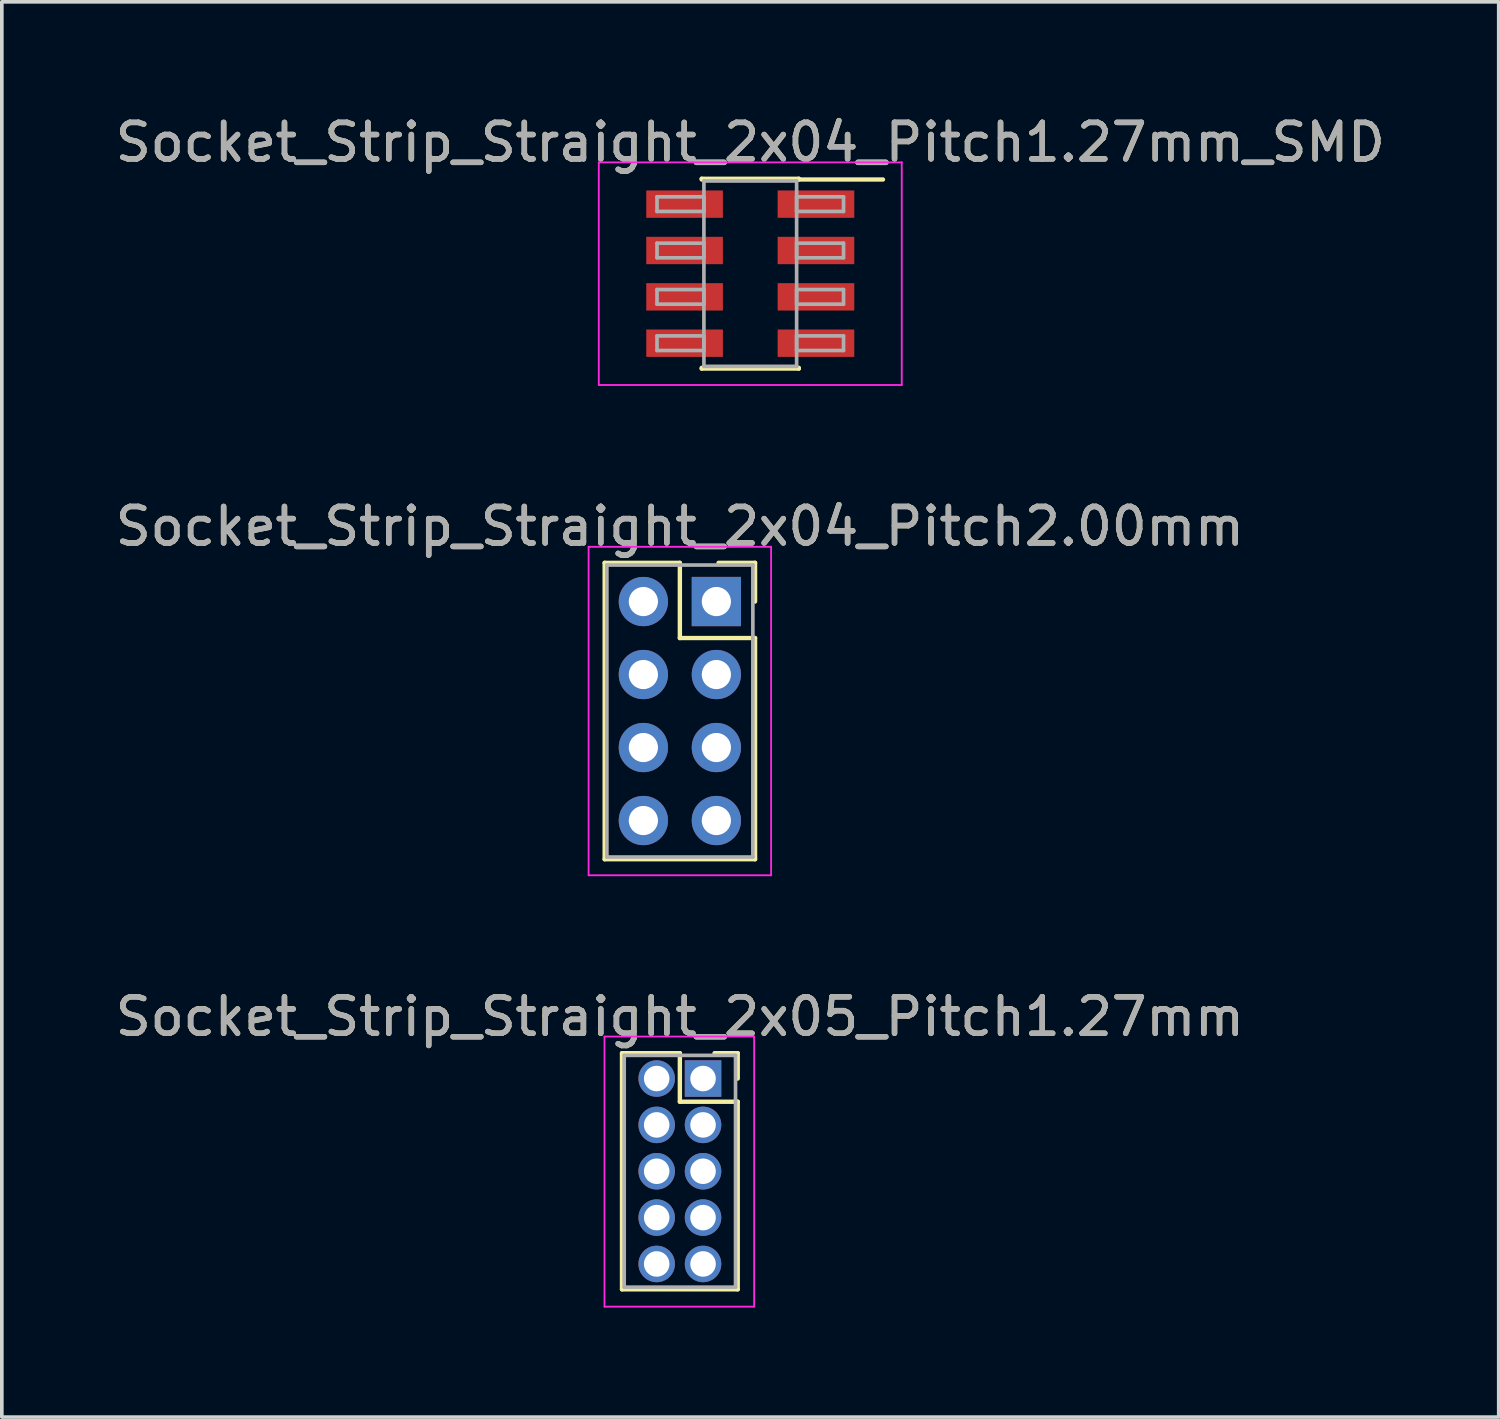
<source format=kicad_pcb>
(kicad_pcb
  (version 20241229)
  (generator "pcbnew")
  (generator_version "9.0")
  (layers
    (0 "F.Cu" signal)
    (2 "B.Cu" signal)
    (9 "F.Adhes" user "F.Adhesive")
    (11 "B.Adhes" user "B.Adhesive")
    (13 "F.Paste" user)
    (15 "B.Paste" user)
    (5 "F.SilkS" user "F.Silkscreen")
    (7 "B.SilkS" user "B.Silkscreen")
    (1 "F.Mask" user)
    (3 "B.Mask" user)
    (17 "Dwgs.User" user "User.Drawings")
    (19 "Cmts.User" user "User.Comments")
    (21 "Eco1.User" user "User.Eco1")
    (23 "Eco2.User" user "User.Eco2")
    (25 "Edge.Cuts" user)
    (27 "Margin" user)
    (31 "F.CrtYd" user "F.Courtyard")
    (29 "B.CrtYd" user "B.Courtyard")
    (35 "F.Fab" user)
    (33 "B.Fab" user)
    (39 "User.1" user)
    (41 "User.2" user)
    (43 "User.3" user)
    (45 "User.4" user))
  (footprint "Socket_Strip_Straight_2x05_Pitch1.27mm"
    (layer "F.Cu")
    (at 16.212 26.5)
    (property "Reference" "Socket_Strip_Straight_2x05_Pitch1.27mm" (at -0.635 -1.695 0) (layer "F.SilkS") (effects (font (size 1 1) (thickness 0.15))))
    (attr through_hole)
    (fp_line (start -2.22 -0.695) (end -0.635 -0.695) (stroke (width 0.12) (type solid)) (layer "F.SilkS"))
    (fp_line (start -2.22 5.775) (end -2.22 -0.695) (stroke (width 0.12) (type solid)) (layer "F.SilkS"))
    (fp_line (start -0.635 -0.695) (end -0.635 0.635) (stroke (width 0.12) (type solid)) (layer "F.SilkS"))
    (fp_line (start -0.635 0.635) (end 0.95 0.635) (stroke (width 0.12) (type solid)) (layer "F.SilkS"))
    (fp_line (start 0.95 -0.695) (end 0.315 -0.695) (stroke (width 0.12) (type solid)) (layer "F.SilkS"))
    (fp_line (start 0.95 0) (end 0.95 -0.695) (stroke (width 0.12) (type solid)) (layer "F.SilkS"))
    (fp_line (start 0.95 0.635) (end 0.95 5.775) (stroke (width 0.12) (type solid)) (layer "F.SilkS"))
    (fp_line (start 0.95 5.775) (end -2.22 5.775) (stroke (width 0.12) (type solid)) (layer "F.SilkS"))
    (fp_line (start -2.7 -1.15) (end -2.7 6.25) (stroke (width 0.05) (type solid)) (layer "F.CrtYd"))
    (fp_line (start -2.7 6.25) (end 1.4 6.25) (stroke (width 0.05) (type solid)) (layer "F.CrtYd"))
    (fp_line (start 1.4 -1.15) (end -2.7 -1.15) (stroke (width 0.05) (type solid)) (layer "F.CrtYd"))
    (fp_line (start 1.4 6.25) (end 1.4 -1.15) (stroke (width 0.05) (type solid)) (layer "F.CrtYd"))
    (fp_line (start -2.16 -0.635) (end -2.16 5.715) (stroke (width 0.1) (type solid)) (layer "F.Fab"))
    (fp_line (start -2.16 5.715) (end 0.89 5.715) (stroke (width 0.1) (type solid)) (layer "F.Fab"))
    (fp_line (start 0.89 -0.635) (end -2.16 -0.635) (stroke (width 0.1) (type solid)) (layer "F.Fab"))
    (fp_line (start 0.89 5.715) (end 0.89 -0.635) (stroke (width 0.1) (type solid)) (layer "F.Fab"))
    (fp_text user "${REFERENCE}" (at -0.635 -1.695 0) (layer "F.Fab") (effects (font (size 1 1) (thickness 0.15))))
    (pad "1" thru_hole rect (at 0 0) (size 1 1) (drill 0.7) (layers "*.Cu" "*.Mask"))
    (pad "2" thru_hole oval (at -1.27 0) (size 1 1) (drill 0.7) (layers "*.Cu" "*.Mask"))
    (pad "3" thru_hole oval (at 0 1.27) (size 1 1) (drill 0.7) (layers "*.Cu" "*.Mask"))
    (pad "4" thru_hole oval (at -1.27 1.27) (size 1 1) (drill 0.7) (layers "*.Cu" "*.Mask"))
    (pad "5" thru_hole oval (at 0 2.54) (size 1 1) (drill 0.7) (layers "*.Cu" "*.Mask"))
    (pad "6" thru_hole oval (at -1.27 2.54) (size 1 1) (drill 0.7) (layers "*.Cu" "*.Mask"))
    (pad "7" thru_hole oval (at 0 3.81) (size 1 1) (drill 0.7) (layers "*.Cu" "*.Mask"))
    (pad "8" thru_hole oval (at -1.27 3.81) (size 1 1) (drill 0.7) (layers "*.Cu" "*.Mask"))
    (pad "9" thru_hole oval (at 0 5.08) (size 1 1) (drill 0.7) (layers "*.Cu" "*.Mask"))
    (pad "10" thru_hole oval (at -1.27 5.08) (size 1 1) (drill 0.7) (layers "*.Cu" "*.Mask")))
  (footprint "Socket_Strip_Straight_2x04_Pitch2.00mm"
    (layer "F.Cu")
    (at 16.577 13.431)
    (property "Reference" "Socket_Strip_Straight_2x04_Pitch2.00mm" (at -1 -2.06 0) (layer "F.SilkS") (effects (font (size 1 1) (thickness 0.15))))
    (attr through_hole)
    (fp_line (start -3.06 -1.06) (end -1 -1.06) (stroke (width 0.12) (type solid)) (layer "F.SilkS"))
    (fp_line (start -3.06 7.06) (end -3.06 -1.06) (stroke (width 0.12) (type solid)) (layer "F.SilkS"))
    (fp_line (start -1 -1.06) (end -1 1) (stroke (width 0.12) (type solid)) (layer "F.SilkS"))
    (fp_line (start -1 1) (end 1.06 1) (stroke (width 0.12) (type solid)) (layer "F.SilkS"))
    (fp_line (start 1.06 -1.06) (end 0.06 -1.06) (stroke (width 0.12) (type solid)) (layer "F.SilkS"))
    (fp_line (start 1.06 0) (end 1.06 -1.06) (stroke (width 0.12) (type solid)) (layer "F.SilkS"))
    (fp_line (start 1.06 1) (end 1.06 7.06) (stroke (width 0.12) (type solid)) (layer "F.SilkS"))
    (fp_line (start 1.06 7.06) (end -3.06 7.06) (stroke (width 0.12) (type solid)) (layer "F.SilkS"))
    (fp_line (start -3.5 -1.5) (end -3.5 7.5) (stroke (width 0.05) (type solid)) (layer "F.CrtYd"))
    (fp_line (start -3.5 7.5) (end 1.5 7.5) (stroke (width 0.05) (type solid)) (layer "F.CrtYd"))
    (fp_line (start 1.5 -1.5) (end -3.5 -1.5) (stroke (width 0.05) (type solid)) (layer "F.CrtYd"))
    (fp_line (start 1.5 7.5) (end 1.5 -1.5) (stroke (width 0.05) (type solid)) (layer "F.CrtYd"))
    (fp_line (start -3 -1) (end -3 7) (stroke (width 0.1) (type solid)) (layer "F.Fab"))
    (fp_line (start -3 7) (end 1 7) (stroke (width 0.1) (type solid)) (layer "F.Fab"))
    (fp_line (start 1 -1) (end -3 -1) (stroke (width 0.1) (type solid)) (layer "F.Fab"))
    (fp_line (start 1 7) (end 1 -1) (stroke (width 0.1) (type solid)) (layer "F.Fab"))
    (fp_text user "${REFERENCE}" (at -1 -2.06 0) (layer "F.Fab") (effects (font (size 1 1) (thickness 0.15))))
    (pad "1" thru_hole rect (at 0 0) (size 1.35 1.35) (drill 0.8) (layers "*.Cu" "*.Mask"))
    (pad "2" thru_hole oval (at -2 0) (size 1.35 1.35) (drill 0.8) (layers "*.Cu" "*.Mask"))
    (pad "3" thru_hole oval (at 0 2) (size 1.35 1.35) (drill 0.8) (layers "*.Cu" "*.Mask"))
    (pad "4" thru_hole oval (at -2 2) (size 1.35 1.35) (drill 0.8) (layers "*.Cu" "*.Mask"))
    (pad "5" thru_hole oval (at 0 4) (size 1.35 1.35) (drill 0.8) (layers "*.Cu" "*.Mask"))
    (pad "6" thru_hole oval (at -2 4) (size 1.35 1.35) (drill 0.8) (layers "*.Cu" "*.Mask"))
    (pad "7" thru_hole oval (at 0 6) (size 1.35 1.35) (drill 0.8) (layers "*.Cu" "*.Mask"))
    (pad "8" thru_hole oval (at -2 6) (size 1.35 1.35) (drill 0.8) (layers "*.Cu" "*.Mask")))
  (footprint "Socket_Strip_Straight_2x04_Pitch1.27mm_SMD"
    (layer "F.Cu")
    (at 17.506 4.448)
    (property "Reference" "Socket_Strip_Straight_2x04_Pitch1.27mm_SMD" (at 0 -3.6 0) (layer "F.SilkS") (effects (font (size 1 1) (thickness 0.15))))
    (attr smd)
    (fp_line (start -1.33 -2.6) (end 1.33 -2.6) (stroke (width 0.12) (type solid)) (layer "F.SilkS"))
    (fp_line (start -1.33 -2.58) (end -1.33 -2.6) (stroke (width 0.12) (type solid)) (layer "F.SilkS"))
    (fp_line (start -1.33 2.58) (end -1.33 2.6) (stroke (width 0.12) (type solid)) (layer "F.SilkS"))
    (fp_line (start -1.33 2.6) (end 1.33 2.6) (stroke (width 0.12) (type solid)) (layer "F.SilkS"))
    (fp_line (start 1.33 -2.6) (end 1.33 -2.58) (stroke (width 0.12) (type solid)) (layer "F.SilkS"))
    (fp_line (start 1.33 2.6) (end 1.33 2.58) (stroke (width 0.12) (type solid)) (layer "F.SilkS"))
    (fp_line (start 3.635 -2.58) (end 1.33 -2.58) (stroke (width 0.12) (type solid)) (layer "F.SilkS"))
    (fp_line (start -4.15 -3.05) (end -4.15 3.05) (stroke (width 0.05) (type solid)) (layer "F.CrtYd"))
    (fp_line (start -4.15 3.05) (end 4.15 3.05) (stroke (width 0.05) (type solid)) (layer "F.CrtYd"))
    (fp_line (start 4.15 -3.05) (end -4.15 -3.05) (stroke (width 0.05) (type solid)) (layer "F.CrtYd"))
    (fp_line (start 4.15 3.05) (end 4.15 -3.05) (stroke (width 0.05) (type solid)) (layer "F.CrtYd"))
    (fp_line (start -2.555 -2.105) (end -1.27 -2.105) (stroke (width 0.1) (type solid)) (layer "F.Fab"))
    (fp_line (start -2.555 -1.705) (end -2.555 -2.105) (stroke (width 0.1) (type solid)) (layer "F.Fab"))
    (fp_line (start -2.555 -0.835) (end -1.27 -0.835) (stroke (width 0.1) (type solid)) (layer "F.Fab"))
    (fp_line (start -2.555 -0.435) (end -2.555 -0.835) (stroke (width 0.1) (type solid)) (layer "F.Fab"))
    (fp_line (start -2.555 0.435) (end -1.27 0.435) (stroke (width 0.1) (type solid)) (layer "F.Fab"))
    (fp_line (start -2.555 0.835) (end -2.555 0.435) (stroke (width 0.1) (type solid)) (layer "F.Fab"))
    (fp_line (start -2.555 1.705) (end -1.27 1.705) (stroke (width 0.1) (type solid)) (layer "F.Fab"))
    (fp_line (start -2.555 2.105) (end -2.555 1.705) (stroke (width 0.1) (type solid)) (layer "F.Fab"))
    (fp_line (start -1.27 -2.54) (end -1.27 2.54) (stroke (width 0.1) (type solid)) (layer "F.Fab"))
    (fp_line (start -1.27 -2.105) (end -1.27 -1.705) (stroke (width 0.1) (type solid)) (layer "F.Fab"))
    (fp_line (start -1.27 -1.705) (end -2.555 -1.705) (stroke (width 0.1) (type solid)) (layer "F.Fab"))
    (fp_line (start -1.27 -0.835) (end -1.27 -0.435) (stroke (width 0.1) (type solid)) (layer "F.Fab"))
    (fp_line (start -1.27 -0.435) (end -2.555 -0.435) (stroke (width 0.1) (type solid)) (layer "F.Fab"))
    (fp_line (start -1.27 0.435) (end -1.27 0.835) (stroke (width 0.1) (type solid)) (layer "F.Fab"))
    (fp_line (start -1.27 0.835) (end -2.555 0.835) (stroke (width 0.1) (type solid)) (layer "F.Fab"))
    (fp_line (start -1.27 1.705) (end -1.27 2.105) (stroke (width 0.1) (type solid)) (layer "F.Fab"))
    (fp_line (start -1.27 2.105) (end -2.555 2.105) (stroke (width 0.1) (type solid)) (layer "F.Fab"))
    (fp_line (start -1.27 2.54) (end 1.27 2.54) (stroke (width 0.1) (type solid)) (layer "F.Fab"))
    (fp_line (start 1.27 -2.54) (end -1.27 -2.54) (stroke (width 0.1) (type solid)) (layer "F.Fab"))
    (fp_line (start 1.27 -2.105) (end 1.27 -1.705) (stroke (width 0.1) (type solid)) (layer "F.Fab"))
    (fp_line (start 1.27 -1.705) (end 2.555 -1.705) (stroke (width 0.1) (type solid)) (layer "F.Fab"))
    (fp_line (start 1.27 -0.835) (end 1.27 -0.435) (stroke (width 0.1) (type solid)) (layer "F.Fab"))
    (fp_line (start 1.27 -0.435) (end 2.555 -0.435) (stroke (width 0.1) (type solid)) (layer "F.Fab"))
    (fp_line (start 1.27 0.435) (end 1.27 0.835) (stroke (width 0.1) (type solid)) (layer "F.Fab"))
    (fp_line (start 1.27 0.835) (end 2.555 0.835) (stroke (width 0.1) (type solid)) (layer "F.Fab"))
    (fp_line (start 1.27 1.705) (end 1.27 2.105) (stroke (width 0.1) (type solid)) (layer "F.Fab"))
    (fp_line (start 1.27 2.105) (end 2.555 2.105) (stroke (width 0.1) (type solid)) (layer "F.Fab"))
    (fp_line (start 1.27 2.54) (end 1.27 -2.54) (stroke (width 0.1) (type solid)) (layer "F.Fab"))
    (fp_line (start 2.555 -2.105) (end 1.27 -2.105) (stroke (width 0.1) (type solid)) (layer "F.Fab"))
    (fp_line (start 2.555 -1.705) (end 2.555 -2.105) (stroke (width 0.1) (type solid)) (layer "F.Fab"))
    (fp_line (start 2.555 -0.835) (end 1.27 -0.835) (stroke (width 0.1) (type solid)) (layer "F.Fab"))
    (fp_line (start 2.555 -0.435) (end 2.555 -0.835) (stroke (width 0.1) (type solid)) (layer "F.Fab"))
    (fp_line (start 2.555 0.435) (end 1.27 0.435) (stroke (width 0.1) (type solid)) (layer "F.Fab"))
    (fp_line (start 2.555 0.835) (end 2.555 0.435) (stroke (width 0.1) (type solid)) (layer "F.Fab"))
    (fp_line (start 2.555 1.705) (end 1.27 1.705) (stroke (width 0.1) (type solid)) (layer "F.Fab"))
    (fp_line (start 2.555 2.105) (end 2.555 1.705) (stroke (width 0.1) (type solid)) (layer "F.Fab"))
    (fp_text user "${REFERENCE}" (at 0 -3.6 0) (layer "F.Fab") (effects (font (size 1 1) (thickness 0.15))))
    (pad "1" smd rect (at 1.8 -1.905) (size 2.1 0.75) (layers "F.Cu" "F.Mask" "F.Paste"))
    (pad "2" smd rect (at -1.8 -1.905) (size 2.1 0.75) (layers "F.Cu" "F.Mask" "F.Paste"))
    (pad "3" smd rect (at 1.8 -0.635) (size 2.1 0.75) (layers "F.Cu" "F.Mask" "F.Paste"))
    (pad "4" smd rect (at -1.8 -0.635) (size 2.1 0.75) (layers "F.Cu" "F.Mask" "F.Paste"))
    (pad "5" smd rect (at 1.8 0.635) (size 2.1 0.75) (layers "F.Cu" "F.Mask" "F.Paste"))
    (pad "6" smd rect (at -1.8 0.635) (size 2.1 0.75) (layers "F.Cu" "F.Mask" "F.Paste"))
    (pad "7" smd rect (at 1.8 1.905) (size 2.1 0.75) (layers "F.Cu" "F.Mask" "F.Paste"))
    (pad "8" smd rect (at -1.8 1.905) (size 2.1 0.75) (layers "F.Cu" "F.Mask" "F.Paste")))
  (gr_rect
    (start -3 -3)
    (end 38.012 35.775)
    (stroke (width 0.1) (type default))
    (fill no)
    (layer "Edge.Cuts")))
</source>
